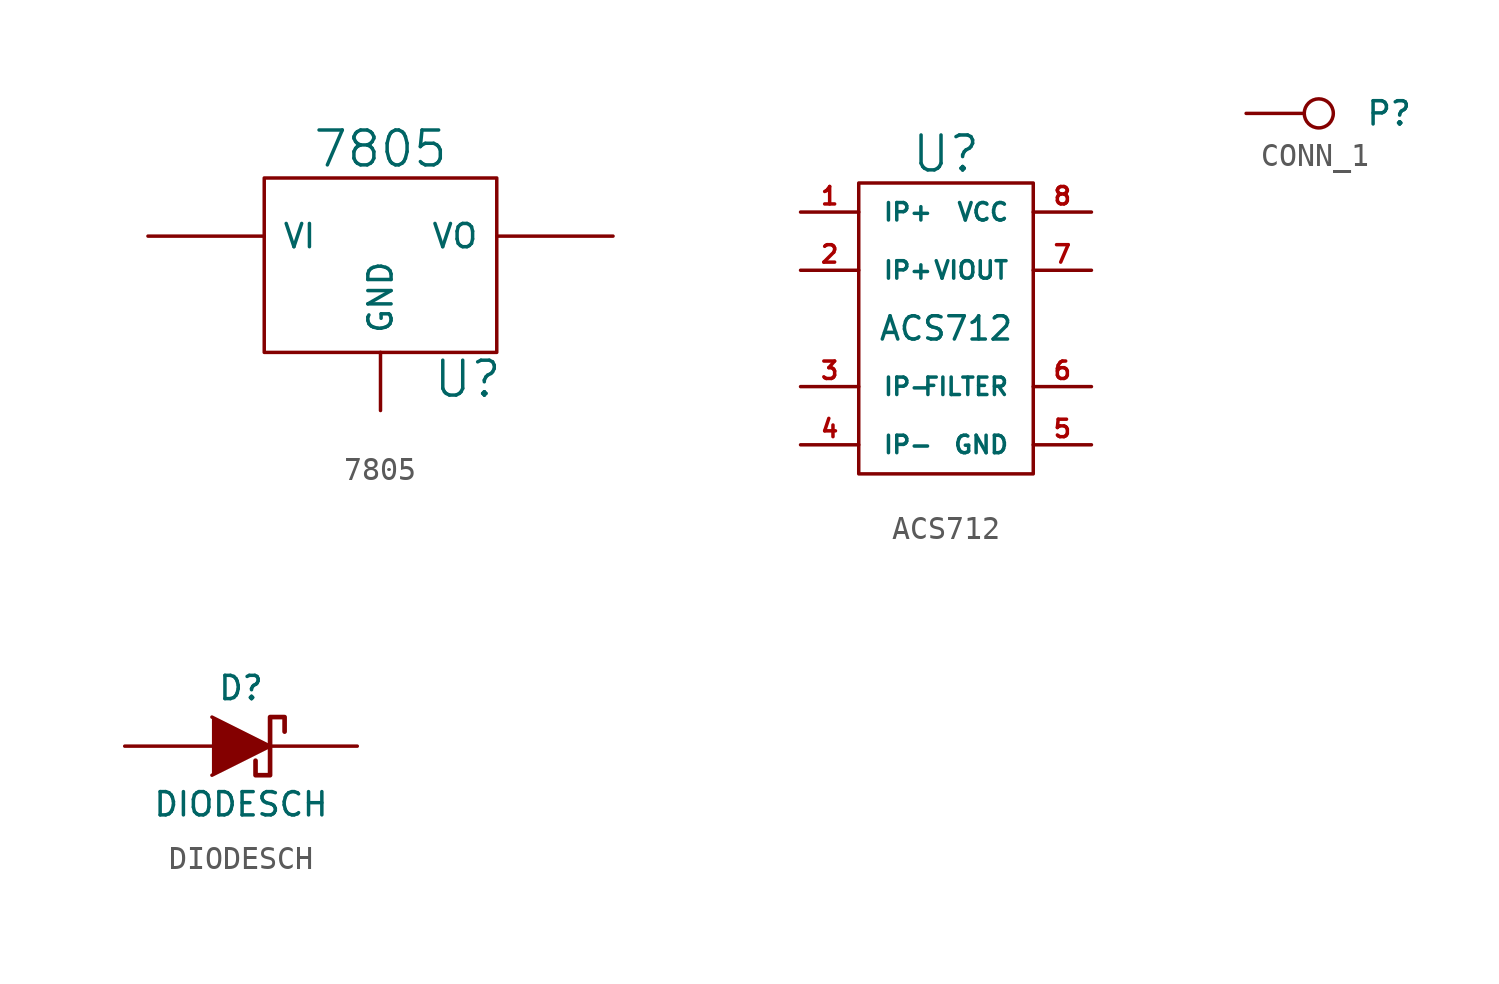
<source format=kicad_sym>
(kicad_symbol_lib
  (version 20220914)
  (generator kicad_symbol_editor)
  (symbol "7805"
    (pin_numbers hide)
    (pin_names
      (offset 0.762))
    (property "Reference" "U"
      (at 3.81 -4.978 0)
      (effects (font (size 1.524 1.524))))
    (property "Value" "7805"
      (at 0 5.08 0)
      (effects (font (size 1.524 1.524))))
    (property "Footprint" ""
      (at 0 0 0)
      (effects (font (size 1.524 1.524))))
    (property "Datasheet" ""
      (at 0 0 0)
      (effects (font (size 1.524 1.524))))
    (symbol "7805_0_1"
      (rectangle (start -5.08 -3.81) (end 5.08 3.81) (stroke (width 0) (type solid)) (fill (type none))))
    (symbol "7805_1_1"
      (pin input line (at 0 -6.35 90) (length 2.54) (name "GND" (effects (font (size 1.016 1.016)))) (number "1" (effects (font (size 1.016 1.016)))))
      (pin power_out line (at 10.16 1.27 180) (length 5.08) (name "VO" (effects (font (size 1.016 1.016)))) (number "2" (effects (font (size 1.016 1.016)))))
      (pin input line (at -10.16 1.27 0) (length 5.08) (name "VI" (effects (font (size 1.016 1.016)))) (number "3" (effects (font (size 1.016 1.016)))))))
  (symbol "ACS712"
    (pin_names
      (offset 1.016))
    (property "Reference" "U"
      (at 0 7.62 0)
      (effects (font (size 1.524 1.524))))
    (property "Value" "ACS712"
      (at 0 0 0)
      (effects (font (size 1.016 1.016))))
    (property "Footprint" ""
      (at 0 0 0)
      (effects (font (size 1.524 1.524))))
    (property "Datasheet" ""
      (at 0 0 0)
      (effects (font (size 1.524 1.524))))
    (symbol "ACS712_0_1"
      (polyline (pts (xy -3.81 6.35) (xy 3.81 6.35) (xy 3.81 -6.35) (xy -3.81 -6.35) (xy -3.81 6.35)) (stroke (width 0) (type solid)) (fill (type none))))
    (symbol "ACS712_1_1"
      (pin input line (at -6.35 5.08 0) (length 2.54) (name "IP+" (effects (font (size 0.762 0.762)))) (number "1" (effects (font (size 0.762 0.762)))))
      (pin input line (at -6.35 2.54 0) (length 2.54) (name "IP+" (effects (font (size 0.762 0.762)))) (number "2" (effects (font (size 0.762 0.762)))))
      (pin input line (at -6.35 -2.54 0) (length 2.54) (name "IP-" (effects (font (size 0.762 0.762)))) (number "3" (effects (font (size 0.762 0.762)))))
      (pin input line (at -6.35 -5.08 0) (length 2.54) (name "IP-" (effects (font (size 0.762 0.762)))) (number "4" (effects (font (size 0.762 0.762)))))
      (pin output line (at 6.35 -5.08 180) (length 2.54) (name "GND" (effects (font (size 0.762 0.762)))) (number "5" (effects (font (size 0.762 0.762)))))
      (pin output line (at 6.35 -2.54 180) (length 2.54) (name "FILTER" (effects (font (size 0.762 0.762)))) (number "6" (effects (font (size 0.762 0.762)))))
      (pin output line (at 6.35 2.54 180) (length 2.54) (name "VIOUT" (effects (font (size 0.762 0.762)))) (number "7" (effects (font (size 0.762 0.762)))))
      (pin power_in line (at 6.35 5.08 180) (length 2.54) (name "VCC" (effects (font (size 0.762 0.762)))) (number "8" (effects (font (size 0.762 0.762)))))))
  (symbol "CONN_1"
    (pin_numbers hide)
    (pin_names
      (offset 0.762) hide)
    (property "Reference" "P"
      (at 2.032 0 0)
      (effects (font (size 1.016 1.016)) (justify left)))
    (property "Footprint" ""
      (at 0 0 0)
      (effects (font (size 1.524 1.524))))
    (property "Datasheet" ""
      (at 0 0 0)
      (effects (font (size 1.524 1.524))))
    (symbol "CONN_1_0_1"
      (circle (center 0 0) (radius 0.635) (stroke (width 0) (type solid)) (fill (type none))))
    (symbol "CONN_1_1_1"
      (pin passive line (at -3.175 0 0) (length 2.54) (name "1" (effects (font (size 1.524 1.524)))) (number "1" (effects (font (size 1.524 1.524)))))))
  (symbol "DIODESCH"
    (pin_numbers hide)
    (pin_names
      (offset 1.016) hide)
    (property "Reference" "D"
      (at 0 2.54 0)
      (effects (font (size 1.016 1.016))))
    (property "Value" "DIODESCH"
      (at 0 -2.54 0)
      (effects (font (size 1.016 1.016))))
    (property "Footprint" ""
      (at 0 0 0)
      (effects (font (size 1.524 1.524))))
    (property "Datasheet" ""
      (at 0 0 0)
      (effects (font (size 1.524 1.524))))
    (symbol "DIODESCH_0_1"
      (polyline (pts (xy -1.27 1.27) (xy 1.27 0) (xy -1.27 -1.27)) (stroke (width 0) (type solid)) (fill (type outline)))
      (polyline (pts (xy 1.905 0.635) (xy 1.905 1.27) (xy 1.27 1.27) (xy 1.27 -1.27) (xy 0.635 -1.27) (xy 0.635 -0.635)) (stroke (width 0.203) (type solid)) (fill (type none))))
    (symbol "DIODESCH_1_1"
      (pin passive line (at 5.08 0 180) (length 3.81) (name "K" (effects (font (size 1.016 1.016)))) (number "1" (effects (font (size 1.016 1.016)))))
      (pin passive line (at -5.08 0 0) (length 3.81) (name "A" (effects (font (size 1.016 1.016)))) (number "2" (effects (font (size 1.016 1.016))))))))
</source>
